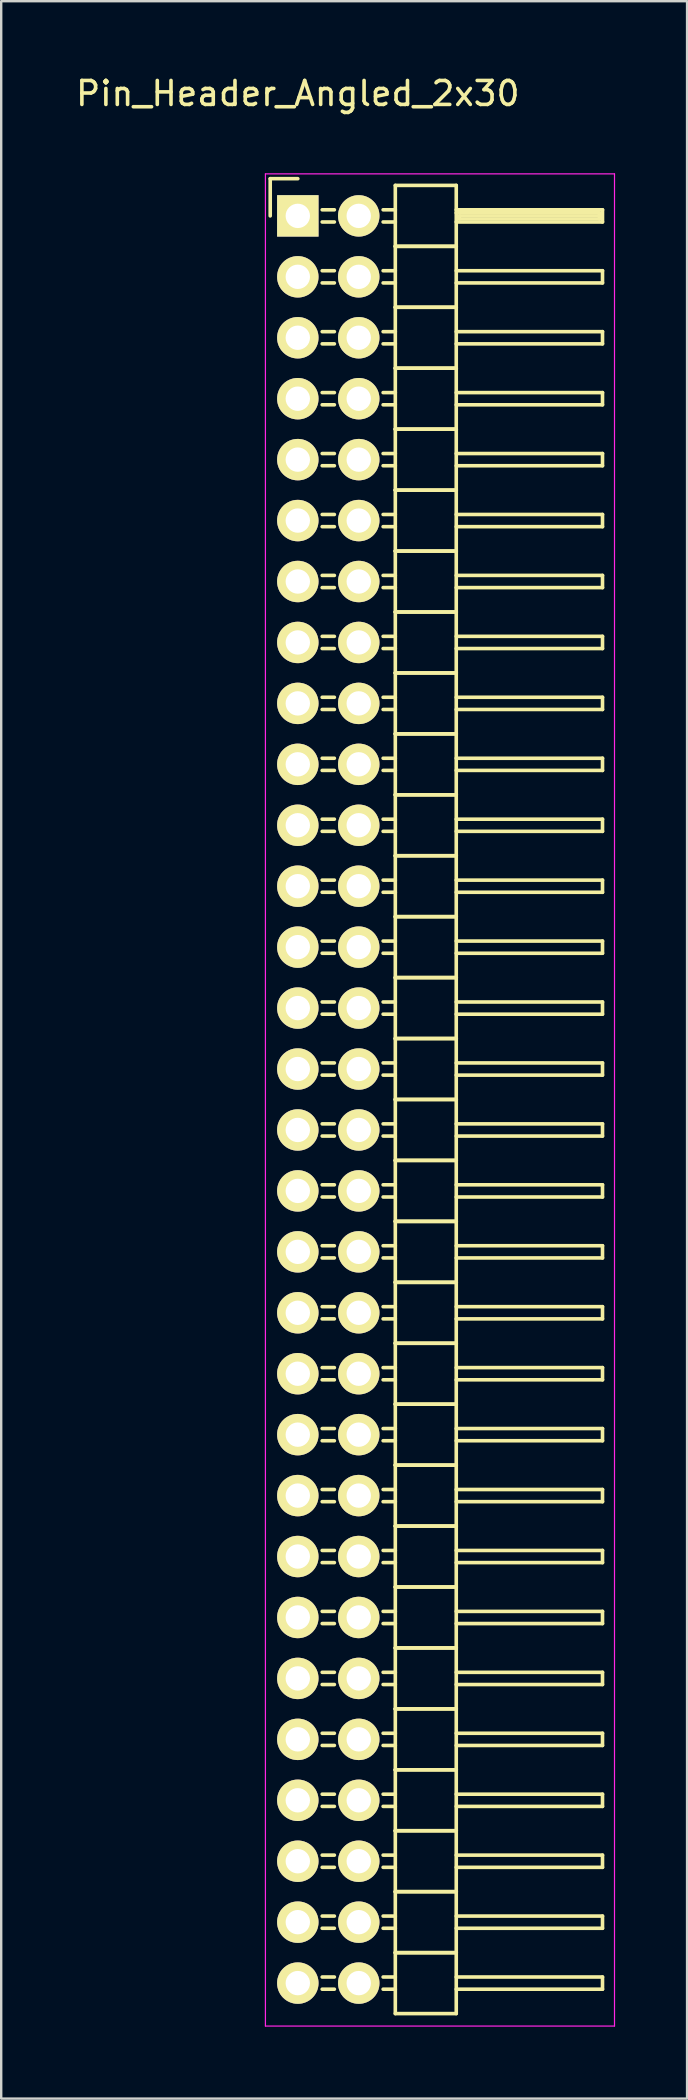
<source format=kicad_pcb>
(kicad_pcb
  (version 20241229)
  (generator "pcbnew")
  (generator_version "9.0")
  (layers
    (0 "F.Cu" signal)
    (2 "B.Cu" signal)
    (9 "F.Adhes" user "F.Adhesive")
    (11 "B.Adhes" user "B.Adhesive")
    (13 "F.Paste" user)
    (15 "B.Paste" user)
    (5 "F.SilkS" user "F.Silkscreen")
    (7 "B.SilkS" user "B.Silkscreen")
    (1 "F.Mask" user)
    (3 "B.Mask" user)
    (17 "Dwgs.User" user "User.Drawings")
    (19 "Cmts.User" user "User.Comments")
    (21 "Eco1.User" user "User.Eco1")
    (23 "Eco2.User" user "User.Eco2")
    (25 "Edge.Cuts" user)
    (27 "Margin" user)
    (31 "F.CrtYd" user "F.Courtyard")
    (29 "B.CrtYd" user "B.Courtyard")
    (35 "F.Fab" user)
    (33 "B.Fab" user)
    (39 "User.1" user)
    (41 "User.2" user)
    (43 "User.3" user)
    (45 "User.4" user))
  (footprint "Pin_Header_Angled_2x30"
    (layer "F.Cu")
    (at 9.363 5.948)
    (property "Reference" "Pin_Header_Angled_2x30" (at 0 -5.1 0) (layer "F.SilkS") (effects (font (size 1 1) (thickness 0.15))))
    (attr through_hole)
    (fp_line (start -1.15 -1.55) (end -1.15 0) (stroke (width 0.15) (type solid)) (layer "F.SilkS"))
    (fp_line (start 0 -1.55) (end -1.15 -1.55) (stroke (width 0.15) (type solid)) (layer "F.SilkS"))
    (fp_line (start 1.524 -0.254) (end 1.016 -0.254) (stroke (width 0.15) (type solid)) (layer "F.SilkS"))
    (fp_line (start 1.524 0.254) (end 1.016 0.254) (stroke (width 0.15) (type solid)) (layer "F.SilkS"))
    (fp_line (start 1.524 2.286) (end 1.016 2.286) (stroke (width 0.15) (type solid)) (layer "F.SilkS"))
    (fp_line (start 1.524 2.794) (end 1.016 2.794) (stroke (width 0.15) (type solid)) (layer "F.SilkS"))
    (fp_line (start 1.524 4.826) (end 1.016 4.826) (stroke (width 0.15) (type solid)) (layer "F.SilkS"))
    (fp_line (start 1.524 5.334) (end 1.016 5.334) (stroke (width 0.15) (type solid)) (layer "F.SilkS"))
    (fp_line (start 1.524 7.366) (end 1.016 7.366) (stroke (width 0.15) (type solid)) (layer "F.SilkS"))
    (fp_line (start 1.524 7.874) (end 1.016 7.874) (stroke (width 0.15) (type solid)) (layer "F.SilkS"))
    (fp_line (start 1.524 9.906) (end 1.016 9.906) (stroke (width 0.15) (type solid)) (layer "F.SilkS"))
    (fp_line (start 1.524 10.414) (end 1.016 10.414) (stroke (width 0.15) (type solid)) (layer "F.SilkS"))
    (fp_line (start 1.524 12.446) (end 1.016 12.446) (stroke (width 0.15) (type solid)) (layer "F.SilkS"))
    (fp_line (start 1.524 12.954) (end 1.016 12.954) (stroke (width 0.15) (type solid)) (layer "F.SilkS"))
    (fp_line (start 1.524 14.986) (end 1.016 14.986) (stroke (width 0.15) (type solid)) (layer "F.SilkS"))
    (fp_line (start 1.524 15.494) (end 1.016 15.494) (stroke (width 0.15) (type solid)) (layer "F.SilkS"))
    (fp_line (start 1.524 17.526) (end 1.016 17.526) (stroke (width 0.15) (type solid)) (layer "F.SilkS"))
    (fp_line (start 1.524 18.034) (end 1.016 18.034) (stroke (width 0.15) (type solid)) (layer "F.SilkS"))
    (fp_line (start 1.524 20.066) (end 1.016 20.066) (stroke (width 0.15) (type solid)) (layer "F.SilkS"))
    (fp_line (start 1.524 20.574) (end 1.016 20.574) (stroke (width 0.15) (type solid)) (layer "F.SilkS"))
    (fp_line (start 1.524 22.606) (end 1.016 22.606) (stroke (width 0.15) (type solid)) (layer "F.SilkS"))
    (fp_line (start 1.524 23.114) (end 1.016 23.114) (stroke (width 0.15) (type solid)) (layer "F.SilkS"))
    (fp_line (start 1.524 25.146) (end 1.016 25.146) (stroke (width 0.15) (type solid)) (layer "F.SilkS"))
    (fp_line (start 1.524 25.654) (end 1.016 25.654) (stroke (width 0.15) (type solid)) (layer "F.SilkS"))
    (fp_line (start 1.524 27.686) (end 1.016 27.686) (stroke (width 0.15) (type solid)) (layer "F.SilkS"))
    (fp_line (start 1.524 28.194) (end 1.016 28.194) (stroke (width 0.15) (type solid)) (layer "F.SilkS"))
    (fp_line (start 1.524 30.226) (end 1.016 30.226) (stroke (width 0.15) (type solid)) (layer "F.SilkS"))
    (fp_line (start 1.524 30.734) (end 1.016 30.734) (stroke (width 0.15) (type solid)) (layer "F.SilkS"))
    (fp_line (start 1.524 32.766) (end 1.016 32.766) (stroke (width 0.15) (type solid)) (layer "F.SilkS"))
    (fp_line (start 1.524 33.274) (end 1.016 33.274) (stroke (width 0.15) (type solid)) (layer "F.SilkS"))
    (fp_line (start 1.524 35.306) (end 1.016 35.306) (stroke (width 0.15) (type solid)) (layer "F.SilkS"))
    (fp_line (start 1.524 35.814) (end 1.016 35.814) (stroke (width 0.15) (type solid)) (layer "F.SilkS"))
    (fp_line (start 1.524 37.846) (end 1.016 37.846) (stroke (width 0.15) (type solid)) (layer "F.SilkS"))
    (fp_line (start 1.524 38.354) (end 1.016 38.354) (stroke (width 0.15) (type solid)) (layer "F.SilkS"))
    (fp_line (start 1.524 40.386) (end 1.016 40.386) (stroke (width 0.15) (type solid)) (layer "F.SilkS"))
    (fp_line (start 1.524 40.894) (end 1.016 40.894) (stroke (width 0.15) (type solid)) (layer "F.SilkS"))
    (fp_line (start 1.524 42.926) (end 1.016 42.926) (stroke (width 0.15) (type solid)) (layer "F.SilkS"))
    (fp_line (start 1.524 43.434) (end 1.016 43.434) (stroke (width 0.15) (type solid)) (layer "F.SilkS"))
    (fp_line (start 1.524 45.466) (end 1.016 45.466) (stroke (width 0.15) (type solid)) (layer "F.SilkS"))
    (fp_line (start 1.524 45.974) (end 1.016 45.974) (stroke (width 0.15) (type solid)) (layer "F.SilkS"))
    (fp_line (start 1.524 48.006) (end 1.016 48.006) (stroke (width 0.15) (type solid)) (layer "F.SilkS"))
    (fp_line (start 1.524 48.514) (end 1.016 48.514) (stroke (width 0.15) (type solid)) (layer "F.SilkS"))
    (fp_line (start 1.524 50.546) (end 1.016 50.546) (stroke (width 0.15) (type solid)) (layer "F.SilkS"))
    (fp_line (start 1.524 51.054) (end 1.016 51.054) (stroke (width 0.15) (type solid)) (layer "F.SilkS"))
    (fp_line (start 1.524 53.086) (end 1.016 53.086) (stroke (width 0.15) (type solid)) (layer "F.SilkS"))
    (fp_line (start 1.524 53.594) (end 1.016 53.594) (stroke (width 0.15) (type solid)) (layer "F.SilkS"))
    (fp_line (start 1.524 55.626) (end 1.016 55.626) (stroke (width 0.15) (type solid)) (layer "F.SilkS"))
    (fp_line (start 1.524 56.134) (end 1.016 56.134) (stroke (width 0.15) (type solid)) (layer "F.SilkS"))
    (fp_line (start 1.524 58.166) (end 1.016 58.166) (stroke (width 0.15) (type solid)) (layer "F.SilkS"))
    (fp_line (start 1.524 58.674) (end 1.016 58.674) (stroke (width 0.15) (type solid)) (layer "F.SilkS"))
    (fp_line (start 1.524 60.706) (end 1.016 60.706) (stroke (width 0.15) (type solid)) (layer "F.SilkS"))
    (fp_line (start 1.524 61.214) (end 1.016 61.214) (stroke (width 0.15) (type solid)) (layer "F.SilkS"))
    (fp_line (start 1.524 63.246) (end 1.016 63.246) (stroke (width 0.15) (type solid)) (layer "F.SilkS"))
    (fp_line (start 1.524 63.754) (end 1.016 63.754) (stroke (width 0.15) (type solid)) (layer "F.SilkS"))
    (fp_line (start 1.524 65.786) (end 1.016 65.786) (stroke (width 0.15) (type solid)) (layer "F.SilkS"))
    (fp_line (start 1.524 66.294) (end 1.016 66.294) (stroke (width 0.15) (type solid)) (layer "F.SilkS"))
    (fp_line (start 1.524 68.326) (end 1.016 68.326) (stroke (width 0.15) (type solid)) (layer "F.SilkS"))
    (fp_line (start 1.524 68.834) (end 1.016 68.834) (stroke (width 0.15) (type solid)) (layer "F.SilkS"))
    (fp_line (start 1.524 70.866) (end 1.016 70.866) (stroke (width 0.15) (type solid)) (layer "F.SilkS"))
    (fp_line (start 1.524 71.374) (end 1.016 71.374) (stroke (width 0.15) (type solid)) (layer "F.SilkS"))
    (fp_line (start 1.524 73.406) (end 1.016 73.406) (stroke (width 0.15) (type solid)) (layer "F.SilkS"))
    (fp_line (start 1.524 73.914) (end 1.016 73.914) (stroke (width 0.15) (type solid)) (layer "F.SilkS"))
    (fp_line (start 4.064 -1.27) (end 4.064 1.27) (stroke (width 0.15) (type solid)) (layer "F.SilkS"))
    (fp_line (start 4.064 -1.27) (end 6.604 -1.27) (stroke (width 0.15) (type solid)) (layer "F.SilkS"))
    (fp_line (start 4.064 -0.254) (end 3.556 -0.254) (stroke (width 0.15) (type solid)) (layer "F.SilkS"))
    (fp_line (start 4.064 0.254) (end 3.556 0.254) (stroke (width 0.15) (type solid)) (layer "F.SilkS"))
    (fp_line (start 4.064 1.27) (end 4.064 3.81) (stroke (width 0.15) (type solid)) (layer "F.SilkS"))
    (fp_line (start 4.064 1.27) (end 6.604 1.27) (stroke (width 0.15) (type solid)) (layer "F.SilkS"))
    (fp_line (start 4.064 1.27) (end 6.604 1.27) (stroke (width 0.15) (type solid)) (layer "F.SilkS"))
    (fp_line (start 4.064 2.286) (end 3.556 2.286) (stroke (width 0.15) (type solid)) (layer "F.SilkS"))
    (fp_line (start 4.064 2.794) (end 3.556 2.794) (stroke (width 0.15) (type solid)) (layer "F.SilkS"))
    (fp_line (start 4.064 3.81) (end 4.064 6.35) (stroke (width 0.15) (type solid)) (layer "F.SilkS"))
    (fp_line (start 4.064 3.81) (end 6.604 3.81) (stroke (width 0.15) (type solid)) (layer "F.SilkS"))
    (fp_line (start 4.064 3.81) (end 6.604 3.81) (stroke (width 0.15) (type solid)) (layer "F.SilkS"))
    (fp_line (start 4.064 4.826) (end 3.556 4.826) (stroke (width 0.15) (type solid)) (layer "F.SilkS"))
    (fp_line (start 4.064 5.334) (end 3.556 5.334) (stroke (width 0.15) (type solid)) (layer "F.SilkS"))
    (fp_line (start 4.064 6.35) (end 4.064 8.89) (stroke (width 0.15) (type solid)) (layer "F.SilkS"))
    (fp_line (start 4.064 6.35) (end 6.604 6.35) (stroke (width 0.15) (type solid)) (layer "F.SilkS"))
    (fp_line (start 4.064 6.35) (end 6.604 6.35) (stroke (width 0.15) (type solid)) (layer "F.SilkS"))
    (fp_line (start 4.064 7.366) (end 3.556 7.366) (stroke (width 0.15) (type solid)) (layer "F.SilkS"))
    (fp_line (start 4.064 7.874) (end 3.556 7.874) (stroke (width 0.15) (type solid)) (layer "F.SilkS"))
    (fp_line (start 4.064 8.89) (end 4.064 11.43) (stroke (width 0.15) (type solid)) (layer "F.SilkS"))
    (fp_line (start 4.064 8.89) (end 6.604 8.89) (stroke (width 0.15) (type solid)) (layer "F.SilkS"))
    (fp_line (start 4.064 8.89) (end 6.604 8.89) (stroke (width 0.15) (type solid)) (layer "F.SilkS"))
    (fp_line (start 4.064 9.906) (end 3.556 9.906) (stroke (width 0.15) (type solid)) (layer "F.SilkS"))
    (fp_line (start 4.064 10.414) (end 3.556 10.414) (stroke (width 0.15) (type solid)) (layer "F.SilkS"))
    (fp_line (start 4.064 11.43) (end 4.064 13.97) (stroke (width 0.15) (type solid)) (layer "F.SilkS"))
    (fp_line (start 4.064 11.43) (end 6.604 11.43) (stroke (width 0.15) (type solid)) (layer "F.SilkS"))
    (fp_line (start 4.064 11.43) (end 6.604 11.43) (stroke (width 0.15) (type solid)) (layer "F.SilkS"))
    (fp_line (start 4.064 12.446) (end 3.556 12.446) (stroke (width 0.15) (type solid)) (layer "F.SilkS"))
    (fp_line (start 4.064 12.954) (end 3.556 12.954) (stroke (width 0.15) (type solid)) (layer "F.SilkS"))
    (fp_line (start 4.064 13.97) (end 4.064 16.51) (stroke (width 0.15) (type solid)) (layer "F.SilkS"))
    (fp_line (start 4.064 13.97) (end 6.604 13.97) (stroke (width 0.15) (type solid)) (layer "F.SilkS"))
    (fp_line (start 4.064 13.97) (end 6.604 13.97) (stroke (width 0.15) (type solid)) (layer "F.SilkS"))
    (fp_line (start 4.064 14.986) (end 3.556 14.986) (stroke (width 0.15) (type solid)) (layer "F.SilkS"))
    (fp_line (start 4.064 15.494) (end 3.556 15.494) (stroke (width 0.15) (type solid)) (layer "F.SilkS"))
    (fp_line (start 4.064 16.51) (end 4.064 19.05) (stroke (width 0.15) (type solid)) (layer "F.SilkS"))
    (fp_line (start 4.064 16.51) (end 6.604 16.51) (stroke (width 0.15) (type solid)) (layer "F.SilkS"))
    (fp_line (start 4.064 16.51) (end 6.604 16.51) (stroke (width 0.15) (type solid)) (layer "F.SilkS"))
    (fp_line (start 4.064 17.526) (end 3.556 17.526) (stroke (width 0.15) (type solid)) (layer "F.SilkS"))
    (fp_line (start 4.064 18.034) (end 3.556 18.034) (stroke (width 0.15) (type solid)) (layer "F.SilkS"))
    (fp_line (start 4.064 19.05) (end 4.064 21.59) (stroke (width 0.15) (type solid)) (layer "F.SilkS"))
    (fp_line (start 4.064 19.05) (end 6.604 19.05) (stroke (width 0.15) (type solid)) (layer "F.SilkS"))
    (fp_line (start 4.064 19.05) (end 6.604 19.05) (stroke (width 0.15) (type solid)) (layer "F.SilkS"))
    (fp_line (start 4.064 20.066) (end 3.556 20.066) (stroke (width 0.15) (type solid)) (layer "F.SilkS"))
    (fp_line (start 4.064 20.574) (end 3.556 20.574) (stroke (width 0.15) (type solid)) (layer "F.SilkS"))
    (fp_line (start 4.064 21.59) (end 4.064 24.13) (stroke (width 0.15) (type solid)) (layer "F.SilkS"))
    (fp_line (start 4.064 21.59) (end 6.604 21.59) (stroke (width 0.15) (type solid)) (layer "F.SilkS"))
    (fp_line (start 4.064 21.59) (end 6.604 21.59) (stroke (width 0.15) (type solid)) (layer "F.SilkS"))
    (fp_line (start 4.064 22.606) (end 3.556 22.606) (stroke (width 0.15) (type solid)) (layer "F.SilkS"))
    (fp_line (start 4.064 23.114) (end 3.556 23.114) (stroke (width 0.15) (type solid)) (layer "F.SilkS"))
    (fp_line (start 4.064 24.13) (end 4.064 26.67) (stroke (width 0.15) (type solid)) (layer "F.SilkS"))
    (fp_line (start 4.064 24.13) (end 6.604 24.13) (stroke (width 0.15) (type solid)) (layer "F.SilkS"))
    (fp_line (start 4.064 24.13) (end 6.604 24.13) (stroke (width 0.15) (type solid)) (layer "F.SilkS"))
    (fp_line (start 4.064 25.146) (end 3.556 25.146) (stroke (width 0.15) (type solid)) (layer "F.SilkS"))
    (fp_line (start 4.064 25.654) (end 3.556 25.654) (stroke (width 0.15) (type solid)) (layer "F.SilkS"))
    (fp_line (start 4.064 26.67) (end 4.064 29.21) (stroke (width 0.15) (type solid)) (layer "F.SilkS"))
    (fp_line (start 4.064 26.67) (end 6.604 26.67) (stroke (width 0.15) (type solid)) (layer "F.SilkS"))
    (fp_line (start 4.064 26.67) (end 6.604 26.67) (stroke (width 0.15) (type solid)) (layer "F.SilkS"))
    (fp_line (start 4.064 27.686) (end 3.556 27.686) (stroke (width 0.15) (type solid)) (layer "F.SilkS"))
    (fp_line (start 4.064 28.194) (end 3.556 28.194) (stroke (width 0.15) (type solid)) (layer "F.SilkS"))
    (fp_line (start 4.064 29.21) (end 4.064 31.75) (stroke (width 0.15) (type solid)) (layer "F.SilkS"))
    (fp_line (start 4.064 29.21) (end 6.604 29.21) (stroke (width 0.15) (type solid)) (layer "F.SilkS"))
    (fp_line (start 4.064 29.21) (end 6.604 29.21) (stroke (width 0.15) (type solid)) (layer "F.SilkS"))
    (fp_line (start 4.064 30.226) (end 3.556 30.226) (stroke (width 0.15) (type solid)) (layer "F.SilkS"))
    (fp_line (start 4.064 30.734) (end 3.556 30.734) (stroke (width 0.15) (type solid)) (layer "F.SilkS"))
    (fp_line (start 4.064 31.75) (end 4.064 34.29) (stroke (width 0.15) (type solid)) (layer "F.SilkS"))
    (fp_line (start 4.064 31.75) (end 6.604 31.75) (stroke (width 0.15) (type solid)) (layer "F.SilkS"))
    (fp_line (start 4.064 31.75) (end 6.604 31.75) (stroke (width 0.15) (type solid)) (layer "F.SilkS"))
    (fp_line (start 4.064 32.766) (end 3.556 32.766) (stroke (width 0.15) (type solid)) (layer "F.SilkS"))
    (fp_line (start 4.064 33.274) (end 3.556 33.274) (stroke (width 0.15) (type solid)) (layer "F.SilkS"))
    (fp_line (start 4.064 34.29) (end 4.064 36.83) (stroke (width 0.15) (type solid)) (layer "F.SilkS"))
    (fp_line (start 4.064 34.29) (end 6.604 34.29) (stroke (width 0.15) (type solid)) (layer "F.SilkS"))
    (fp_line (start 4.064 34.29) (end 6.604 34.29) (stroke (width 0.15) (type solid)) (layer "F.SilkS"))
    (fp_line (start 4.064 35.306) (end 3.556 35.306) (stroke (width 0.15) (type solid)) (layer "F.SilkS"))
    (fp_line (start 4.064 35.814) (end 3.556 35.814) (stroke (width 0.15) (type solid)) (layer "F.SilkS"))
    (fp_line (start 4.064 36.83) (end 4.064 39.37) (stroke (width 0.15) (type solid)) (layer "F.SilkS"))
    (fp_line (start 4.064 36.83) (end 6.604 36.83) (stroke (width 0.15) (type solid)) (layer "F.SilkS"))
    (fp_line (start 4.064 36.83) (end 6.604 36.83) (stroke (width 0.15) (type solid)) (layer "F.SilkS"))
    (fp_line (start 4.064 37.846) (end 3.556 37.846) (stroke (width 0.15) (type solid)) (layer "F.SilkS"))
    (fp_line (start 4.064 38.354) (end 3.556 38.354) (stroke (width 0.15) (type solid)) (layer "F.SilkS"))
    (fp_line (start 4.064 39.37) (end 4.064 41.91) (stroke (width 0.15) (type solid)) (layer "F.SilkS"))
    (fp_line (start 4.064 39.37) (end 6.604 39.37) (stroke (width 0.15) (type solid)) (layer "F.SilkS"))
    (fp_line (start 4.064 39.37) (end 6.604 39.37) (stroke (width 0.15) (type solid)) (layer "F.SilkS"))
    (fp_line (start 4.064 40.386) (end 3.556 40.386) (stroke (width 0.15) (type solid)) (layer "F.SilkS"))
    (fp_line (start 4.064 40.894) (end 3.556 40.894) (stroke (width 0.15) (type solid)) (layer "F.SilkS"))
    (fp_line (start 4.064 41.91) (end 4.064 44.45) (stroke (width 0.15) (type solid)) (layer "F.SilkS"))
    (fp_line (start 4.064 41.91) (end 6.604 41.91) (stroke (width 0.15) (type solid)) (layer "F.SilkS"))
    (fp_line (start 4.064 41.91) (end 6.604 41.91) (stroke (width 0.15) (type solid)) (layer "F.SilkS"))
    (fp_line (start 4.064 42.926) (end 3.556 42.926) (stroke (width 0.15) (type solid)) (layer "F.SilkS"))
    (fp_line (start 4.064 43.434) (end 3.556 43.434) (stroke (width 0.15) (type solid)) (layer "F.SilkS"))
    (fp_line (start 4.064 44.45) (end 4.064 46.99) (stroke (width 0.15) (type solid)) (layer "F.SilkS"))
    (fp_line (start 4.064 44.45) (end 6.604 44.45) (stroke (width 0.15) (type solid)) (layer "F.SilkS"))
    (fp_line (start 4.064 44.45) (end 6.604 44.45) (stroke (width 0.15) (type solid)) (layer "F.SilkS"))
    (fp_line (start 4.064 45.466) (end 3.556 45.466) (stroke (width 0.15) (type solid)) (layer "F.SilkS"))
    (fp_line (start 4.064 45.974) (end 3.556 45.974) (stroke (width 0.15) (type solid)) (layer "F.SilkS"))
    (fp_line (start 4.064 46.99) (end 4.064 49.53) (stroke (width 0.15) (type solid)) (layer "F.SilkS"))
    (fp_line (start 4.064 46.99) (end 6.604 46.99) (stroke (width 0.15) (type solid)) (layer "F.SilkS"))
    (fp_line (start 4.064 46.99) (end 6.604 46.99) (stroke (width 0.15) (type solid)) (layer "F.SilkS"))
    (fp_line (start 4.064 48.006) (end 3.556 48.006) (stroke (width 0.15) (type solid)) (layer "F.SilkS"))
    (fp_line (start 4.064 48.514) (end 3.556 48.514) (stroke (width 0.15) (type solid)) (layer "F.SilkS"))
    (fp_line (start 4.064 49.53) (end 4.064 52.07) (stroke (width 0.15) (type solid)) (layer "F.SilkS"))
    (fp_line (start 4.064 49.53) (end 6.604 49.53) (stroke (width 0.15) (type solid)) (layer "F.SilkS"))
    (fp_line (start 4.064 49.53) (end 6.604 49.53) (stroke (width 0.15) (type solid)) (layer "F.SilkS"))
    (fp_line (start 4.064 50.546) (end 3.556 50.546) (stroke (width 0.15) (type solid)) (layer "F.SilkS"))
    (fp_line (start 4.064 51.054) (end 3.556 51.054) (stroke (width 0.15) (type solid)) (layer "F.SilkS"))
    (fp_line (start 4.064 52.07) (end 4.064 54.61) (stroke (width 0.15) (type solid)) (layer "F.SilkS"))
    (fp_line (start 4.064 52.07) (end 6.604 52.07) (stroke (width 0.15) (type solid)) (layer "F.SilkS"))
    (fp_line (start 4.064 52.07) (end 6.604 52.07) (stroke (width 0.15) (type solid)) (layer "F.SilkS"))
    (fp_line (start 4.064 53.086) (end 3.556 53.086) (stroke (width 0.15) (type solid)) (layer "F.SilkS"))
    (fp_line (start 4.064 53.594) (end 3.556 53.594) (stroke (width 0.15) (type solid)) (layer "F.SilkS"))
    (fp_line (start 4.064 54.61) (end 4.064 57.15) (stroke (width 0.15) (type solid)) (layer "F.SilkS"))
    (fp_line (start 4.064 54.61) (end 6.604 54.61) (stroke (width 0.15) (type solid)) (layer "F.SilkS"))
    (fp_line (start 4.064 54.61) (end 6.604 54.61) (stroke (width 0.15) (type solid)) (layer "F.SilkS"))
    (fp_line (start 4.064 55.626) (end 3.556 55.626) (stroke (width 0.15) (type solid)) (layer "F.SilkS"))
    (fp_line (start 4.064 56.134) (end 3.556 56.134) (stroke (width 0.15) (type solid)) (layer "F.SilkS"))
    (fp_line (start 4.064 57.15) (end 4.064 59.69) (stroke (width 0.15) (type solid)) (layer "F.SilkS"))
    (fp_line (start 4.064 57.15) (end 6.604 57.15) (stroke (width 0.15) (type solid)) (layer "F.SilkS"))
    (fp_line (start 4.064 57.15) (end 6.604 57.15) (stroke (width 0.15) (type solid)) (layer "F.SilkS"))
    (fp_line (start 4.064 58.166) (end 3.556 58.166) (stroke (width 0.15) (type solid)) (layer "F.SilkS"))
    (fp_line (start 4.064 58.674) (end 3.556 58.674) (stroke (width 0.15) (type solid)) (layer "F.SilkS"))
    (fp_line (start 4.064 59.69) (end 4.064 62.23) (stroke (width 0.15) (type solid)) (layer "F.SilkS"))
    (fp_line (start 4.064 59.69) (end 6.604 59.69) (stroke (width 0.15) (type solid)) (layer "F.SilkS"))
    (fp_line (start 4.064 59.69) (end 6.604 59.69) (stroke (width 0.15) (type solid)) (layer "F.SilkS"))
    (fp_line (start 4.064 60.706) (end 3.556 60.706) (stroke (width 0.15) (type solid)) (layer "F.SilkS"))
    (fp_line (start 4.064 61.214) (end 3.556 61.214) (stroke (width 0.15) (type solid)) (layer "F.SilkS"))
    (fp_line (start 4.064 62.23) (end 4.064 64.77) (stroke (width 0.15) (type solid)) (layer "F.SilkS"))
    (fp_line (start 4.064 62.23) (end 6.604 62.23) (stroke (width 0.15) (type solid)) (layer "F.SilkS"))
    (fp_line (start 4.064 62.23) (end 6.604 62.23) (stroke (width 0.15) (type solid)) (layer "F.SilkS"))
    (fp_line (start 4.064 63.246) (end 3.556 63.246) (stroke (width 0.15) (type solid)) (layer "F.SilkS"))
    (fp_line (start 4.064 63.754) (end 3.556 63.754) (stroke (width 0.15) (type solid)) (layer "F.SilkS"))
    (fp_line (start 4.064 64.77) (end 4.064 67.31) (stroke (width 0.15) (type solid)) (layer "F.SilkS"))
    (fp_line (start 4.064 64.77) (end 6.604 64.77) (stroke (width 0.15) (type solid)) (layer "F.SilkS"))
    (fp_line (start 4.064 64.77) (end 6.604 64.77) (stroke (width 0.15) (type solid)) (layer "F.SilkS"))
    (fp_line (start 4.064 65.786) (end 3.556 65.786) (stroke (width 0.15) (type solid)) (layer "F.SilkS"))
    (fp_line (start 4.064 66.294) (end 3.556 66.294) (stroke (width 0.15) (type solid)) (layer "F.SilkS"))
    (fp_line (start 4.064 67.31) (end 4.064 69.85) (stroke (width 0.15) (type solid)) (layer "F.SilkS"))
    (fp_line (start 4.064 67.31) (end 6.604 67.31) (stroke (width 0.15) (type solid)) (layer "F.SilkS"))
    (fp_line (start 4.064 67.31) (end 6.604 67.31) (stroke (width 0.15) (type solid)) (layer "F.SilkS"))
    (fp_line (start 4.064 68.326) (end 3.556 68.326) (stroke (width 0.15) (type solid)) (layer "F.SilkS"))
    (fp_line (start 4.064 68.834) (end 3.556 68.834) (stroke (width 0.15) (type solid)) (layer "F.SilkS"))
    (fp_line (start 4.064 69.85) (end 4.064 72.39) (stroke (width 0.15) (type solid)) (layer "F.SilkS"))
    (fp_line (start 4.064 69.85) (end 6.604 69.85) (stroke (width 0.15) (type solid)) (layer "F.SilkS"))
    (fp_line (start 4.064 69.85) (end 6.604 69.85) (stroke (width 0.15) (type solid)) (layer "F.SilkS"))
    (fp_line (start 4.064 70.866) (end 3.556 70.866) (stroke (width 0.15) (type solid)) (layer "F.SilkS"))
    (fp_line (start 4.064 71.374) (end 3.556 71.374) (stroke (width 0.15) (type solid)) (layer "F.SilkS"))
    (fp_line (start 4.064 72.39) (end 4.064 74.93) (stroke (width 0.15) (type solid)) (layer "F.SilkS"))
    (fp_line (start 4.064 72.39) (end 6.604 72.39) (stroke (width 0.15) (type solid)) (layer "F.SilkS"))
    (fp_line (start 4.064 72.39) (end 6.604 72.39) (stroke (width 0.15) (type solid)) (layer "F.SilkS"))
    (fp_line (start 4.064 73.406) (end 3.556 73.406) (stroke (width 0.15) (type solid)) (layer "F.SilkS"))
    (fp_line (start 4.064 73.914) (end 3.556 73.914) (stroke (width 0.15) (type solid)) (layer "F.SilkS"))
    (fp_line (start 4.064 74.93) (end 6.604 74.93) (stroke (width 0.15) (type solid)) (layer "F.SilkS"))
    (fp_line (start 6.604 -0.254) (end 12.7 -0.254) (stroke (width 0.15) (type solid)) (layer "F.SilkS"))
    (fp_line (start 6.604 -0.127) (end 12.573 -0.127) (stroke (width 0.15) (type solid)) (layer "F.SilkS"))
    (fp_line (start 6.604 1.27) (end 6.604 -1.27) (stroke (width 0.15) (type solid)) (layer "F.SilkS"))
    (fp_line (start 6.604 2.286) (end 12.7 2.286) (stroke (width 0.15) (type solid)) (layer "F.SilkS"))
    (fp_line (start 6.604 3.81) (end 6.604 1.27) (stroke (width 0.15) (type solid)) (layer "F.SilkS"))
    (fp_line (start 6.604 4.826) (end 12.7 4.826) (stroke (width 0.15) (type solid)) (layer "F.SilkS"))
    (fp_line (start 6.604 6.35) (end 6.604 3.81) (stroke (width 0.15) (type solid)) (layer "F.SilkS"))
    (fp_line (start 6.604 7.366) (end 12.7 7.366) (stroke (width 0.15) (type solid)) (layer "F.SilkS"))
    (fp_line (start 6.604 8.89) (end 6.604 6.35) (stroke (width 0.15) (type solid)) (layer "F.SilkS"))
    (fp_line (start 6.604 9.906) (end 12.7 9.906) (stroke (width 0.15) (type solid)) (layer "F.SilkS"))
    (fp_line (start 6.604 11.43) (end 6.604 8.89) (stroke (width 0.15) (type solid)) (layer "F.SilkS"))
    (fp_line (start 6.604 12.446) (end 12.7 12.446) (stroke (width 0.15) (type solid)) (layer "F.SilkS"))
    (fp_line (start 6.604 13.97) (end 6.604 11.43) (stroke (width 0.15) (type solid)) (layer "F.SilkS"))
    (fp_line (start 6.604 14.986) (end 12.7 14.986) (stroke (width 0.15) (type solid)) (layer "F.SilkS"))
    (fp_line (start 6.604 16.51) (end 6.604 13.97) (stroke (width 0.15) (type solid)) (layer "F.SilkS"))
    (fp_line (start 6.604 17.526) (end 12.7 17.526) (stroke (width 0.15) (type solid)) (layer "F.SilkS"))
    (fp_line (start 6.604 19.05) (end 6.604 16.51) (stroke (width 0.15) (type solid)) (layer "F.SilkS"))
    (fp_line (start 6.604 20.066) (end 12.7 20.066) (stroke (width 0.15) (type solid)) (layer "F.SilkS"))
    (fp_line (start 6.604 21.59) (end 6.604 19.05) (stroke (width 0.15) (type solid)) (layer "F.SilkS"))
    (fp_line (start 6.604 22.606) (end 12.7 22.606) (stroke (width 0.15) (type solid)) (layer "F.SilkS"))
    (fp_line (start 6.604 24.13) (end 6.604 21.59) (stroke (width 0.15) (type solid)) (layer "F.SilkS"))
    (fp_line (start 6.604 25.146) (end 12.7 25.146) (stroke (width 0.15) (type solid)) (layer "F.SilkS"))
    (fp_line (start 6.604 26.67) (end 6.604 24.13) (stroke (width 0.15) (type solid)) (layer "F.SilkS"))
    (fp_line (start 6.604 27.686) (end 12.7 27.686) (stroke (width 0.15) (type solid)) (layer "F.SilkS"))
    (fp_line (start 6.604 29.21) (end 6.604 26.67) (stroke (width 0.15) (type solid)) (layer "F.SilkS"))
    (fp_line (start 6.604 30.226) (end 12.7 30.226) (stroke (width 0.15) (type solid)) (layer "F.SilkS"))
    (fp_line (start 6.604 31.75) (end 6.604 29.21) (stroke (width 0.15) (type solid)) (layer "F.SilkS"))
    (fp_line (start 6.604 32.766) (end 12.7 32.766) (stroke (width 0.15) (type solid)) (layer "F.SilkS"))
    (fp_line (start 6.604 34.29) (end 6.604 31.75) (stroke (width 0.15) (type solid)) (layer "F.SilkS"))
    (fp_line (start 6.604 35.306) (end 12.7 35.306) (stroke (width 0.15) (type solid)) (layer "F.SilkS"))
    (fp_line (start 6.604 36.83) (end 6.604 34.29) (stroke (width 0.15) (type solid)) (layer "F.SilkS"))
    (fp_line (start 6.604 37.846) (end 12.7 37.846) (stroke (width 0.15) (type solid)) (layer "F.SilkS"))
    (fp_line (start 6.604 39.37) (end 6.604 36.83) (stroke (width 0.15) (type solid)) (layer "F.SilkS"))
    (fp_line (start 6.604 40.386) (end 12.7 40.386) (stroke (width 0.15) (type solid)) (layer "F.SilkS"))
    (fp_line (start 6.604 41.91) (end 6.604 39.37) (stroke (width 0.15) (type solid)) (layer "F.SilkS"))
    (fp_line (start 6.604 42.926) (end 12.7 42.926) (stroke (width 0.15) (type solid)) (layer "F.SilkS"))
    (fp_line (start 6.604 44.45) (end 6.604 41.91) (stroke (width 0.15) (type solid)) (layer "F.SilkS"))
    (fp_line (start 6.604 45.466) (end 12.7 45.466) (stroke (width 0.15) (type solid)) (layer "F.SilkS"))
    (fp_line (start 6.604 46.99) (end 6.604 44.45) (stroke (width 0.15) (type solid)) (layer "F.SilkS"))
    (fp_line (start 6.604 48.006) (end 12.7 48.006) (stroke (width 0.15) (type solid)) (layer "F.SilkS"))
    (fp_line (start 6.604 49.53) (end 6.604 46.99) (stroke (width 0.15) (type solid)) (layer "F.SilkS"))
    (fp_line (start 6.604 50.546) (end 12.7 50.546) (stroke (width 0.15) (type solid)) (layer "F.SilkS"))
    (fp_line (start 6.604 52.07) (end 6.604 49.53) (stroke (width 0.15) (type solid)) (layer "F.SilkS"))
    (fp_line (start 6.604 53.086) (end 12.7 53.086) (stroke (width 0.15) (type solid)) (layer "F.SilkS"))
    (fp_line (start 6.604 54.61) (end 6.604 52.07) (stroke (width 0.15) (type solid)) (layer "F.SilkS"))
    (fp_line (start 6.604 55.626) (end 12.7 55.626) (stroke (width 0.15) (type solid)) (layer "F.SilkS"))
    (fp_line (start 6.604 57.15) (end 6.604 54.61) (stroke (width 0.15) (type solid)) (layer "F.SilkS"))
    (fp_line (start 6.604 58.166) (end 12.7 58.166) (stroke (width 0.15) (type solid)) (layer "F.SilkS"))
    (fp_line (start 6.604 59.69) (end 6.604 57.15) (stroke (width 0.15) (type solid)) (layer "F.SilkS"))
    (fp_line (start 6.604 60.706) (end 12.7 60.706) (stroke (width 0.15) (type solid)) (layer "F.SilkS"))
    (fp_line (start 6.604 62.23) (end 6.604 59.69) (stroke (width 0.15) (type solid)) (layer "F.SilkS"))
    (fp_line (start 6.604 63.246) (end 12.7 63.246) (stroke (width 0.15) (type solid)) (layer "F.SilkS"))
    (fp_line (start 6.604 64.77) (end 6.604 62.23) (stroke (width 0.15) (type solid)) (layer "F.SilkS"))
    (fp_line (start 6.604 65.786) (end 12.7 65.786) (stroke (width 0.15) (type solid)) (layer "F.SilkS"))
    (fp_line (start 6.604 67.31) (end 6.604 64.77) (stroke (width 0.15) (type solid)) (layer "F.SilkS"))
    (fp_line (start 6.604 68.326) (end 12.7 68.326) (stroke (width 0.15) (type solid)) (layer "F.SilkS"))
    (fp_line (start 6.604 69.85) (end 6.604 67.31) (stroke (width 0.15) (type solid)) (layer "F.SilkS"))
    (fp_line (start 6.604 70.866) (end 12.7 70.866) (stroke (width 0.15) (type solid)) (layer "F.SilkS"))
    (fp_line (start 6.604 72.39) (end 6.604 69.85) (stroke (width 0.15) (type solid)) (layer "F.SilkS"))
    (fp_line (start 6.604 73.406) (end 12.7 73.406) (stroke (width 0.15) (type solid)) (layer "F.SilkS"))
    (fp_line (start 6.604 74.93) (end 6.604 72.39) (stroke (width 0.15) (type solid)) (layer "F.SilkS"))
    (fp_line (start 6.731 0) (end 12.573 0) (stroke (width 0.15) (type solid)) (layer "F.SilkS"))
    (fp_line (start 6.731 0.127) (end 6.731 0) (stroke (width 0.15) (type solid)) (layer "F.SilkS"))
    (fp_line (start 12.573 -0.127) (end 12.573 0.127) (stroke (width 0.15) (type solid)) (layer "F.SilkS"))
    (fp_line (start 12.573 0.127) (end 6.731 0.127) (stroke (width 0.15) (type solid)) (layer "F.SilkS"))
    (fp_line (start 12.7 -0.254) (end 12.7 0.254) (stroke (width 0.15) (type solid)) (layer "F.SilkS"))
    (fp_line (start 12.7 0.254) (end 6.604 0.254) (stroke (width 0.15) (type solid)) (layer "F.SilkS"))
    (fp_line (start 12.7 2.286) (end 12.7 2.794) (stroke (width 0.15) (type solid)) (layer "F.SilkS"))
    (fp_line (start 12.7 2.794) (end 6.604 2.794) (stroke (width 0.15) (type solid)) (layer "F.SilkS"))
    (fp_line (start 12.7 4.826) (end 12.7 5.334) (stroke (width 0.15) (type solid)) (layer "F.SilkS"))
    (fp_line (start 12.7 5.334) (end 6.604 5.334) (stroke (width 0.15) (type solid)) (layer "F.SilkS"))
    (fp_line (start 12.7 7.366) (end 12.7 7.874) (stroke (width 0.15) (type solid)) (layer "F.SilkS"))
    (fp_line (start 12.7 7.874) (end 6.604 7.874) (stroke (width 0.15) (type solid)) (layer "F.SilkS"))
    (fp_line (start 12.7 9.906) (end 12.7 10.414) (stroke (width 0.15) (type solid)) (layer "F.SilkS"))
    (fp_line (start 12.7 10.414) (end 6.604 10.414) (stroke (width 0.15) (type solid)) (layer "F.SilkS"))
    (fp_line (start 12.7 12.446) (end 12.7 12.954) (stroke (width 0.15) (type solid)) (layer "F.SilkS"))
    (fp_line (start 12.7 12.954) (end 6.604 12.954) (stroke (width 0.15) (type solid)) (layer "F.SilkS"))
    (fp_line (start 12.7 14.986) (end 12.7 15.494) (stroke (width 0.15) (type solid)) (layer "F.SilkS"))
    (fp_line (start 12.7 15.494) (end 6.604 15.494) (stroke (width 0.15) (type solid)) (layer "F.SilkS"))
    (fp_line (start 12.7 17.526) (end 12.7 18.034) (stroke (width 0.15) (type solid)) (layer "F.SilkS"))
    (fp_line (start 12.7 18.034) (end 6.604 18.034) (stroke (width 0.15) (type solid)) (layer "F.SilkS"))
    (fp_line (start 12.7 20.066) (end 12.7 20.574) (stroke (width 0.15) (type solid)) (layer "F.SilkS"))
    (fp_line (start 12.7 20.574) (end 6.604 20.574) (stroke (width 0.15) (type solid)) (layer "F.SilkS"))
    (fp_line (start 12.7 22.606) (end 12.7 23.114) (stroke (width 0.15) (type solid)) (layer "F.SilkS"))
    (fp_line (start 12.7 23.114) (end 6.604 23.114) (stroke (width 0.15) (type solid)) (layer "F.SilkS"))
    (fp_line (start 12.7 25.146) (end 12.7 25.654) (stroke (width 0.15) (type solid)) (layer "F.SilkS"))
    (fp_line (start 12.7 25.654) (end 6.604 25.654) (stroke (width 0.15) (type solid)) (layer "F.SilkS"))
    (fp_line (start 12.7 27.686) (end 12.7 28.194) (stroke (width 0.15) (type solid)) (layer "F.SilkS"))
    (fp_line (start 12.7 28.194) (end 6.604 28.194) (stroke (width 0.15) (type solid)) (layer "F.SilkS"))
    (fp_line (start 12.7 30.226) (end 12.7 30.734) (stroke (width 0.15) (type solid)) (layer "F.SilkS"))
    (fp_line (start 12.7 30.734) (end 6.604 30.734) (stroke (width 0.15) (type solid)) (layer "F.SilkS"))
    (fp_line (start 12.7 32.766) (end 12.7 33.274) (stroke (width 0.15) (type solid)) (layer "F.SilkS"))
    (fp_line (start 12.7 33.274) (end 6.604 33.274) (stroke (width 0.15) (type solid)) (layer "F.SilkS"))
    (fp_line (start 12.7 35.306) (end 12.7 35.814) (stroke (width 0.15) (type solid)) (layer "F.SilkS"))
    (fp_line (start 12.7 35.814) (end 6.604 35.814) (stroke (width 0.15) (type solid)) (layer "F.SilkS"))
    (fp_line (start 12.7 37.846) (end 12.7 38.354) (stroke (width 0.15) (type solid)) (layer "F.SilkS"))
    (fp_line (start 12.7 38.354) (end 6.604 38.354) (stroke (width 0.15) (type solid)) (layer "F.SilkS"))
    (fp_line (start 12.7 40.386) (end 12.7 40.894) (stroke (width 0.15) (type solid)) (layer "F.SilkS"))
    (fp_line (start 12.7 40.894) (end 6.604 40.894) (stroke (width 0.15) (type solid)) (layer "F.SilkS"))
    (fp_line (start 12.7 42.926) (end 12.7 43.434) (stroke (width 0.15) (type solid)) (layer "F.SilkS"))
    (fp_line (start 12.7 43.434) (end 6.604 43.434) (stroke (width 0.15) (type solid)) (layer "F.SilkS"))
    (fp_line (start 12.7 45.466) (end 12.7 45.974) (stroke (width 0.15) (type solid)) (layer "F.SilkS"))
    (fp_line (start 12.7 45.974) (end 6.604 45.974) (stroke (width 0.15) (type solid)) (layer "F.SilkS"))
    (fp_line (start 12.7 48.006) (end 12.7 48.514) (stroke (width 0.15) (type solid)) (layer "F.SilkS"))
    (fp_line (start 12.7 48.514) (end 6.604 48.514) (stroke (width 0.15) (type solid)) (layer "F.SilkS"))
    (fp_line (start 12.7 50.546) (end 12.7 51.054) (stroke (width 0.15) (type solid)) (layer "F.SilkS"))
    (fp_line (start 12.7 51.054) (end 6.604 51.054) (stroke (width 0.15) (type solid)) (layer "F.SilkS"))
    (fp_line (start 12.7 53.086) (end 12.7 53.594) (stroke (width 0.15) (type solid)) (layer "F.SilkS"))
    (fp_line (start 12.7 53.594) (end 6.604 53.594) (stroke (width 0.15) (type solid)) (layer "F.SilkS"))
    (fp_line (start 12.7 55.626) (end 12.7 56.134) (stroke (width 0.15) (type solid)) (layer "F.SilkS"))
    (fp_line (start 12.7 56.134) (end 6.604 56.134) (stroke (width 0.15) (type solid)) (layer "F.SilkS"))
    (fp_line (start 12.7 58.166) (end 12.7 58.674) (stroke (width 0.15) (type solid)) (layer "F.SilkS"))
    (fp_line (start 12.7 58.674) (end 6.604 58.674) (stroke (width 0.15) (type solid)) (layer "F.SilkS"))
    (fp_line (start 12.7 60.706) (end 12.7 61.214) (stroke (width 0.15) (type solid)) (layer "F.SilkS"))
    (fp_line (start 12.7 61.214) (end 6.604 61.214) (stroke (width 0.15) (type solid)) (layer "F.SilkS"))
    (fp_line (start 12.7 63.246) (end 12.7 63.754) (stroke (width 0.15) (type solid)) (layer "F.SilkS"))
    (fp_line (start 12.7 63.754) (end 6.604 63.754) (stroke (width 0.15) (type solid)) (layer "F.SilkS"))
    (fp_line (start 12.7 65.786) (end 12.7 66.294) (stroke (width 0.15) (type solid)) (layer "F.SilkS"))
    (fp_line (start 12.7 66.294) (end 6.604 66.294) (stroke (width 0.15) (type solid)) (layer "F.SilkS"))
    (fp_line (start 12.7 68.326) (end 12.7 68.834) (stroke (width 0.15) (type solid)) (layer "F.SilkS"))
    (fp_line (start 12.7 68.834) (end 6.604 68.834) (stroke (width 0.15) (type solid)) (layer "F.SilkS"))
    (fp_line (start 12.7 70.866) (end 12.7 71.374) (stroke (width 0.15) (type solid)) (layer "F.SilkS"))
    (fp_line (start 12.7 71.374) (end 6.604 71.374) (stroke (width 0.15) (type solid)) (layer "F.SilkS"))
    (fp_line (start 12.7 73.406) (end 12.7 73.914) (stroke (width 0.15) (type solid)) (layer "F.SilkS"))
    (fp_line (start 12.7 73.914) (end 6.604 73.914) (stroke (width 0.15) (type solid)) (layer "F.SilkS"))
    (fp_line (start -1.35 -1.75) (end -1.35 75.45) (stroke (width 0.05) (type solid)) (layer "F.CrtYd"))
    (fp_line (start -1.35 -1.75) (end 13.2 -1.75) (stroke (width 0.05) (type solid)) (layer "F.CrtYd"))
    (fp_line (start -1.35 75.45) (end 13.2 75.45) (stroke (width 0.05) (type solid)) (layer "F.CrtYd"))
    (fp_line (start 13.2 -1.75) (end 13.2 75.45) (stroke (width 0.05) (type solid)) (layer "F.CrtYd"))
    (pad "1" thru_hole rect (at 0 0) (size 1.727 1.727) (drill 1.016) (layers "*.Cu" "*.Mask" "F.SilkS"))
    (pad "2" thru_hole oval (at 2.54 0) (size 1.727 1.727) (drill 1.016) (layers "*.Cu" "*.Mask" "F.SilkS"))
    (pad "3" thru_hole oval (at 0 2.54) (size 1.727 1.727) (drill 1.016) (layers "*.Cu" "*.Mask" "F.SilkS"))
    (pad "4" thru_hole oval (at 2.54 2.54) (size 1.727 1.727) (drill 1.016) (layers "*.Cu" "*.Mask" "F.SilkS"))
    (pad "5" thru_hole oval (at 0 5.08) (size 1.727 1.727) (drill 1.016) (layers "*.Cu" "*.Mask" "F.SilkS"))
    (pad "6" thru_hole oval (at 2.54 5.08) (size 1.727 1.727) (drill 1.016) (layers "*.Cu" "*.Mask" "F.SilkS"))
    (pad "7" thru_hole oval (at 0 7.62) (size 1.727 1.727) (drill 1.016) (layers "*.Cu" "*.Mask" "F.SilkS"))
    (pad "8" thru_hole oval (at 2.54 7.62) (size 1.727 1.727) (drill 1.016) (layers "*.Cu" "*.Mask" "F.SilkS"))
    (pad "9" thru_hole oval (at 0 10.16) (size 1.727 1.727) (drill 1.016) (layers "*.Cu" "*.Mask" "F.SilkS"))
    (pad "10" thru_hole oval (at 2.54 10.16) (size 1.727 1.727) (drill 1.016) (layers "*.Cu" "*.Mask" "F.SilkS"))
    (pad "11" thru_hole oval (at 0 12.7) (size 1.727 1.727) (drill 1.016) (layers "*.Cu" "*.Mask" "F.SilkS"))
    (pad "12" thru_hole oval (at 2.54 12.7) (size 1.727 1.727) (drill 1.016) (layers "*.Cu" "*.Mask" "F.SilkS"))
    (pad "13" thru_hole oval (at 0 15.24) (size 1.727 1.727) (drill 1.016) (layers "*.Cu" "*.Mask" "F.SilkS"))
    (pad "14" thru_hole oval (at 2.54 15.24) (size 1.727 1.727) (drill 1.016) (layers "*.Cu" "*.Mask" "F.SilkS"))
    (pad "15" thru_hole oval (at 0 17.78) (size 1.727 1.727) (drill 1.016) (layers "*.Cu" "*.Mask" "F.SilkS"))
    (pad "16" thru_hole oval (at 2.54 17.78) (size 1.727 1.727) (drill 1.016) (layers "*.Cu" "*.Mask" "F.SilkS"))
    (pad "17" thru_hole oval (at 0 20.32) (size 1.727 1.727) (drill 1.016) (layers "*.Cu" "*.Mask" "F.SilkS"))
    (pad "18" thru_hole oval (at 2.54 20.32) (size 1.727 1.727) (drill 1.016) (layers "*.Cu" "*.Mask" "F.SilkS"))
    (pad "19" thru_hole oval (at 0 22.86) (size 1.727 1.727) (drill 1.016) (layers "*.Cu" "*.Mask" "F.SilkS"))
    (pad "20" thru_hole oval (at 2.54 22.86) (size 1.727 1.727) (drill 1.016) (layers "*.Cu" "*.Mask" "F.SilkS"))
    (pad "21" thru_hole oval (at 0 25.4) (size 1.727 1.727) (drill 1.016) (layers "*.Cu" "*.Mask" "F.SilkS"))
    (pad "22" thru_hole oval (at 2.54 25.4) (size 1.727 1.727) (drill 1.016) (layers "*.Cu" "*.Mask" "F.SilkS"))
    (pad "23" thru_hole oval (at 0 27.94) (size 1.727 1.727) (drill 1.016) (layers "*.Cu" "*.Mask" "F.SilkS"))
    (pad "24" thru_hole oval (at 2.54 27.94) (size 1.727 1.727) (drill 1.016) (layers "*.Cu" "*.Mask" "F.SilkS"))
    (pad "25" thru_hole oval (at 0 30.48) (size 1.727 1.727) (drill 1.016) (layers "*.Cu" "*.Mask" "F.SilkS"))
    (pad "26" thru_hole oval (at 2.54 30.48) (size 1.727 1.727) (drill 1.016) (layers "*.Cu" "*.Mask" "F.SilkS"))
    (pad "27" thru_hole oval (at 0 33.02) (size 1.727 1.727) (drill 1.016) (layers "*.Cu" "*.Mask" "F.SilkS"))
    (pad "28" thru_hole oval (at 2.54 33.02) (size 1.727 1.727) (drill 1.016) (layers "*.Cu" "*.Mask" "F.SilkS"))
    (pad "29" thru_hole oval (at 0 35.56) (size 1.727 1.727) (drill 1.016) (layers "*.Cu" "*.Mask" "F.SilkS"))
    (pad "30" thru_hole oval (at 2.54 35.56) (size 1.727 1.727) (drill 1.016) (layers "*.Cu" "*.Mask" "F.SilkS"))
    (pad "31" thru_hole oval (at 0 38.1) (size 1.727 1.727) (drill 1.016) (layers "*.Cu" "*.Mask" "F.SilkS"))
    (pad "32" thru_hole oval (at 2.54 38.1) (size 1.727 1.727) (drill 1.016) (layers "*.Cu" "*.Mask" "F.SilkS"))
    (pad "33" thru_hole oval (at 0 40.64) (size 1.727 1.727) (drill 1.016) (layers "*.Cu" "*.Mask" "F.SilkS"))
    (pad "34" thru_hole oval (at 2.54 40.64) (size 1.727 1.727) (drill 1.016) (layers "*.Cu" "*.Mask" "F.SilkS"))
    (pad "35" thru_hole oval (at 0 43.18) (size 1.727 1.727) (drill 1.016) (layers "*.Cu" "*.Mask" "F.SilkS"))
    (pad "36" thru_hole oval (at 2.54 43.18) (size 1.727 1.727) (drill 1.016) (layers "*.Cu" "*.Mask" "F.SilkS"))
    (pad "37" thru_hole oval (at 0 45.72) (size 1.727 1.727) (drill 1.016) (layers "*.Cu" "*.Mask" "F.SilkS"))
    (pad "38" thru_hole oval (at 2.54 45.72) (size 1.727 1.727) (drill 1.016) (layers "*.Cu" "*.Mask" "F.SilkS"))
    (pad "39" thru_hole oval (at 0 48.26) (size 1.727 1.727) (drill 1.016) (layers "*.Cu" "*.Mask" "F.SilkS"))
    (pad "40" thru_hole oval (at 2.54 48.26) (size 1.727 1.727) (drill 1.016) (layers "*.Cu" "*.Mask" "F.SilkS"))
    (pad "41" thru_hole oval (at 0 50.8) (size 1.727 1.727) (drill 1.016) (layers "*.Cu" "*.Mask" "F.SilkS"))
    (pad "42" thru_hole oval (at 2.54 50.8) (size 1.727 1.727) (drill 1.016) (layers "*.Cu" "*.Mask" "F.SilkS"))
    (pad "43" thru_hole oval (at 0 53.34) (size 1.727 1.727) (drill 1.016) (layers "*.Cu" "*.Mask" "F.SilkS"))
    (pad "44" thru_hole oval (at 2.54 53.34) (size 1.727 1.727) (drill 1.016) (layers "*.Cu" "*.Mask" "F.SilkS"))
    (pad "45" thru_hole oval (at 0 55.88) (size 1.727 1.727) (drill 1.016) (layers "*.Cu" "*.Mask" "F.SilkS"))
    (pad "46" thru_hole oval (at 2.54 55.88) (size 1.727 1.727) (drill 1.016) (layers "*.Cu" "*.Mask" "F.SilkS"))
    (pad "47" thru_hole oval (at 0 58.42) (size 1.727 1.727) (drill 1.016) (layers "*.Cu" "*.Mask" "F.SilkS"))
    (pad "48" thru_hole oval (at 2.54 58.42) (size 1.727 1.727) (drill 1.016) (layers "*.Cu" "*.Mask" "F.SilkS"))
    (pad "49" thru_hole oval (at 0 60.96) (size 1.727 1.727) (drill 1.016) (layers "*.Cu" "*.Mask" "F.SilkS"))
    (pad "50" thru_hole oval (at 2.54 60.96) (size 1.727 1.727) (drill 1.016) (layers "*.Cu" "*.Mask" "F.SilkS"))
    (pad "51" thru_hole oval (at 0 63.5) (size 1.727 1.727) (drill 1.016) (layers "*.Cu" "*.Mask" "F.SilkS"))
    (pad "52" thru_hole oval (at 2.54 63.5) (size 1.727 1.727) (drill 1.016) (layers "*.Cu" "*.Mask" "F.SilkS"))
    (pad "53" thru_hole oval (at 0 66.04) (size 1.727 1.727) (drill 1.016) (layers "*.Cu" "*.Mask" "F.SilkS"))
    (pad "54" thru_hole oval (at 2.54 66.04) (size 1.727 1.727) (drill 1.016) (layers "*.Cu" "*.Mask" "F.SilkS"))
    (pad "55" thru_hole oval (at 0 68.58) (size 1.727 1.727) (drill 1.016) (layers "*.Cu" "*.Mask" "F.SilkS"))
    (pad "56" thru_hole oval (at 2.54 68.58) (size 1.727 1.727) (drill 1.016) (layers "*.Cu" "*.Mask" "F.SilkS"))
    (pad "57" thru_hole oval (at 0 71.12) (size 1.727 1.727) (drill 1.016) (layers "*.Cu" "*.Mask" "F.SilkS"))
    (pad "58" thru_hole oval (at 2.54 71.12) (size 1.727 1.727) (drill 1.016) (layers "*.Cu" "*.Mask" "F.SilkS"))
    (pad "59" thru_hole oval (at 0 73.66) (size 1.727 1.727) (drill 1.016) (layers "*.Cu" "*.Mask" "F.SilkS"))
    (pad "60" thru_hole oval (at 2.54 73.66) (size 1.727 1.727) (drill 1.016) (layers "*.Cu" "*.Mask" "F.SilkS")))
  (gr_rect
    (start -3 -3)
    (end 25.588 84.423)
    (stroke (width 0.1) (type default))
    (fill no)
    (layer "Edge.Cuts")))
</source>
